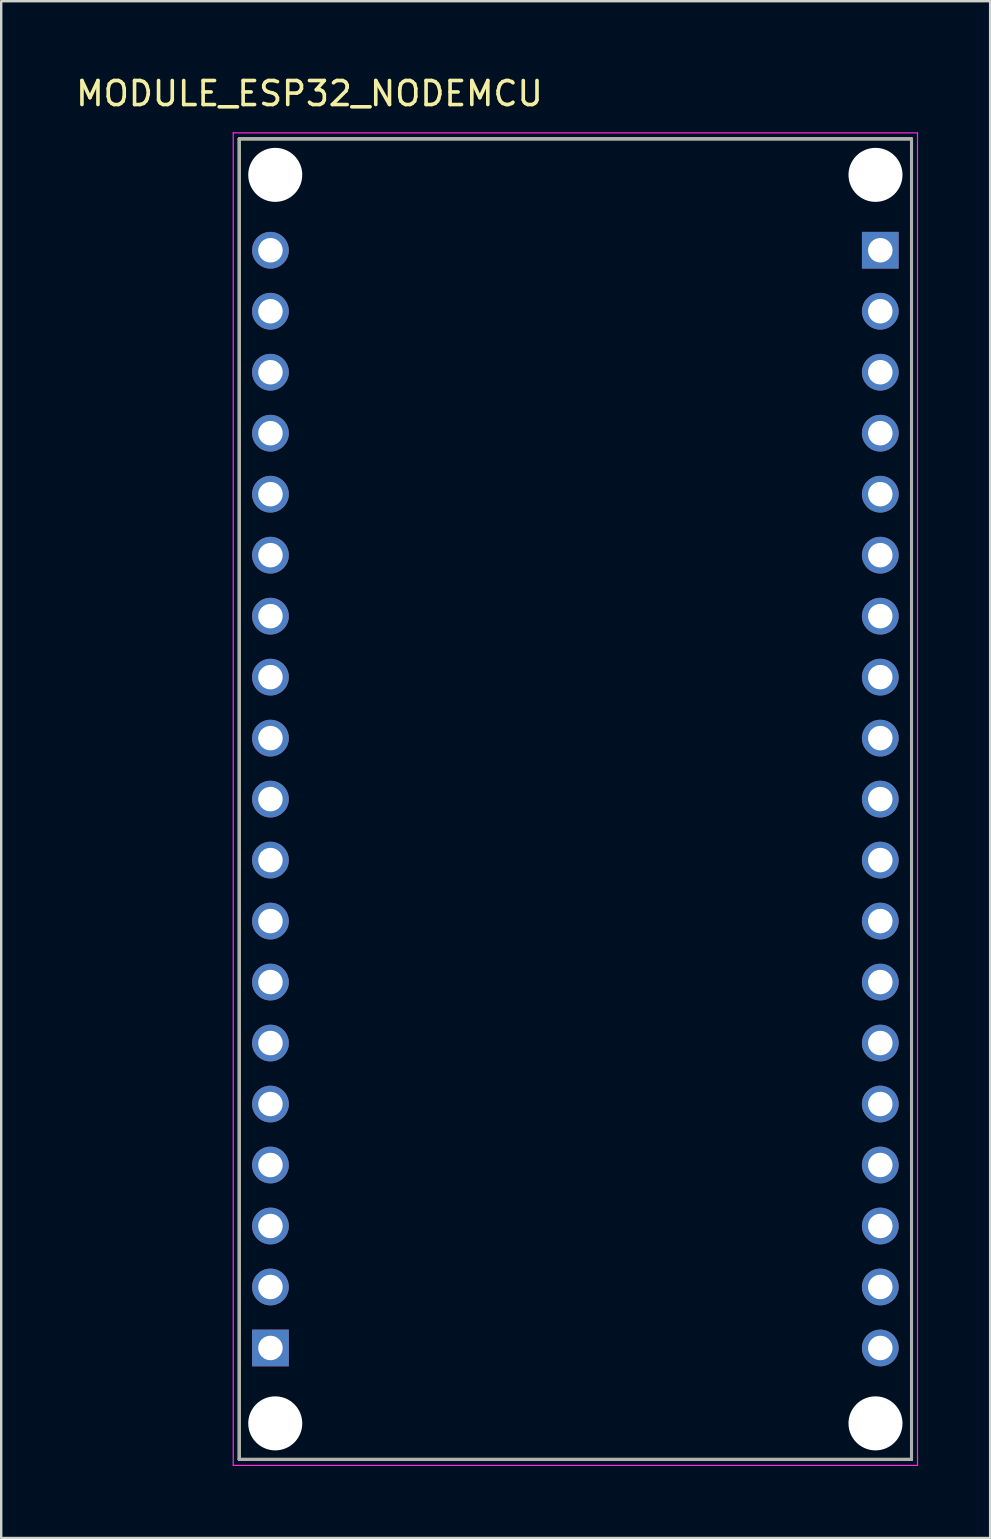
<source format=kicad_pcb>
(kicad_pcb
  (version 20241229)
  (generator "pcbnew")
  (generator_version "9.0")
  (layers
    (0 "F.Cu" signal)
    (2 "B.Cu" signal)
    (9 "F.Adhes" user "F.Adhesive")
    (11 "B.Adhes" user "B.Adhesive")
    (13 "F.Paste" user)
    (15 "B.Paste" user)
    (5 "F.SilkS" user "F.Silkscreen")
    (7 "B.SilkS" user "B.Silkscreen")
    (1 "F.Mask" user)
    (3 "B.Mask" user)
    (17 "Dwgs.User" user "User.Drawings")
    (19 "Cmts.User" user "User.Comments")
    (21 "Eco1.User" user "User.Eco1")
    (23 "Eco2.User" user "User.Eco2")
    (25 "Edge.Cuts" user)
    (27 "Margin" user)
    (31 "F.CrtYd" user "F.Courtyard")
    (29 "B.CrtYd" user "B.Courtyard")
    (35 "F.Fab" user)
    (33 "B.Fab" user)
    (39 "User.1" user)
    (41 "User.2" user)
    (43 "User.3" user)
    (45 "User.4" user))
  (footprint "MODULE_ESP32_NODEMCU"
    (layer "F.Cu")
    (at 20.914 30.233)
    (property "Reference" "MODULE_ESP32_NODEMCU" (at -11.075 -29.385 0) (layer "F.SilkS") (effects (font (size 1 1) (thickness 0.15))))
    (attr through_hole)
    (fp_line (start -14 -27.5) (end -14 27.5) (stroke (width 0.127) (type solid)) (layer "F.SilkS"))
    (fp_line (start -14 -27.5) (end 14 -27.5) (stroke (width 0.127) (type solid)) (layer "F.SilkS"))
    (fp_line (start -14 27.5) (end 14 27.5) (stroke (width 0.127) (type solid)) (layer "F.SilkS"))
    (fp_line (start 14 -27.5) (end 14 27.5) (stroke (width 0.127) (type solid)) (layer "F.SilkS"))
    (fp_line (start -14.25 -27.75) (end -14.25 27.75) (stroke (width 0.05) (type solid)) (layer "F.CrtYd"))
    (fp_line (start -14.25 27.75) (end 14.25 27.75) (stroke (width 0.05) (type solid)) (layer "F.CrtYd"))
    (fp_line (start 14.25 -27.75) (end -14.25 -27.75) (stroke (width 0.05) (type solid)) (layer "F.CrtYd"))
    (fp_line (start 14.25 27.75) (end 14.25 -27.75) (stroke (width 0.05) (type solid)) (layer "F.CrtYd"))
    (fp_line (start -14 -27.5) (end 14 -27.5) (stroke (width 0.127) (type solid)) (layer "F.Fab"))
    (fp_line (start -14 27.5) (end -14 -27.5) (stroke (width 0.127) (type solid)) (layer "F.Fab"))
    (fp_line (start 14 -27.5) (end 14 27.5) (stroke (width 0.127) (type solid)) (layer "F.Fab"))
    (fp_line (start 14 27.5) (end -14 27.5) (stroke (width 0.127) (type solid)) (layer "F.Fab"))
    (pad "" np_thru_hole circle (at -12.5 -26) (size 2.25 2.25) (drill 2.25) (layers "*.Cu" "*.Mask"))
    (pad "" np_thru_hole circle (at -12.5 26) (size 2.25 2.25) (drill 2.25) (layers "*.Cu" "*.Mask"))
    (pad "" np_thru_hole circle (at 12.5 -26) (size 2.25 2.25) (drill 2.25) (layers "*.Cu" "*.Mask"))
    (pad "" np_thru_hole circle (at 12.5 26) (size 2.25 2.25) (drill 2.25) (layers "*.Cu" "*.Mask"))
    (pad "J4_1" thru_hole rect (at 12.7 -22.86) (size 1.53 1.53) (drill 1.02) (layers "*.Cu" "*.Mask"))
    (pad "J4_2" thru_hole circle (at 12.7 -20.32) (size 1.53 1.53) (drill 1.02) (layers "*.Cu" "*.Mask"))
    (pad "J4_3" thru_hole circle (at 12.7 -17.78) (size 1.53 1.53) (drill 1.02) (layers "*.Cu" "*.Mask"))
    (pad "J4_4" thru_hole circle (at 12.7 -15.24) (size 1.53 1.53) (drill 1.02) (layers "*.Cu" "*.Mask"))
    (pad "J4_5" thru_hole circle (at 12.7 -12.7) (size 1.53 1.53) (drill 1.02) (layers "*.Cu" "*.Mask"))
    (pad "J4_6" thru_hole circle (at 12.7 -10.16) (size 1.53 1.53) (drill 1.02) (layers "*.Cu" "*.Mask"))
    (pad "J4_7" thru_hole circle (at 12.7 -7.62) (size 1.53 1.53) (drill 1.02) (layers "*.Cu" "*.Mask"))
    (pad "J4_8" thru_hole circle (at 12.7 -5.08) (size 1.53 1.53) (drill 1.02) (layers "*.Cu" "*.Mask"))
    (pad "J4_9" thru_hole circle (at 12.7 -2.54) (size 1.53 1.53) (drill 1.02) (layers "*.Cu" "*.Mask"))
    (pad "J4_10" thru_hole circle (at 12.7 0) (size 1.53 1.53) (drill 1.02) (layers "*.Cu" "*.Mask"))
    (pad "J4_11" thru_hole circle (at 12.7 2.54) (size 1.53 1.53) (drill 1.02) (layers "*.Cu" "*.Mask"))
    (pad "J4_12" thru_hole circle (at 12.7 5.08) (size 1.53 1.53) (drill 1.02) (layers "*.Cu" "*.Mask"))
    (pad "J4_13" thru_hole circle (at 12.7 7.62) (size 1.53 1.53) (drill 1.02) (layers "*.Cu" "*.Mask"))
    (pad "J4_14" thru_hole circle (at 12.7 10.16) (size 1.53 1.53) (drill 1.02) (layers "*.Cu" "*.Mask"))
    (pad "J4_15" thru_hole circle (at 12.7 12.7) (size 1.53 1.53) (drill 1.02) (layers "*.Cu" "*.Mask"))
    (pad "J4_16" thru_hole circle (at 12.7 15.24) (size 1.53 1.53) (drill 1.02) (layers "*.Cu" "*.Mask"))
    (pad "J4_17" thru_hole circle (at 12.7 17.78) (size 1.53 1.53) (drill 1.02) (layers "*.Cu" "*.Mask"))
    (pad "J4_18" thru_hole circle (at 12.7 20.32) (size 1.53 1.53) (drill 1.02) (layers "*.Cu" "*.Mask"))
    (pad "J4_19" thru_hole circle (at 12.7 22.86) (size 1.53 1.53) (drill 1.02) (layers "*.Cu" "*.Mask"))
    (pad "J5_1" thru_hole rect (at -12.7 22.86) (size 1.53 1.53) (drill 1.02) (layers "*.Cu" "*.Mask"))
    (pad "J5_2" thru_hole circle (at -12.7 20.32) (size 1.53 1.53) (drill 1.02) (layers "*.Cu" "*.Mask"))
    (pad "J5_3" thru_hole circle (at -12.7 17.78) (size 1.53 1.53) (drill 1.02) (layers "*.Cu" "*.Mask"))
    (pad "J5_4" thru_hole circle (at -12.7 15.24) (size 1.53 1.53) (drill 1.02) (layers "*.Cu" "*.Mask"))
    (pad "J5_5" thru_hole circle (at -12.7 12.7) (size 1.53 1.53) (drill 1.02) (layers "*.Cu" "*.Mask"))
    (pad "J5_6" thru_hole circle (at -12.7 10.16) (size 1.53 1.53) (drill 1.02) (layers "*.Cu" "*.Mask"))
    (pad "J5_7" thru_hole circle (at -12.7 7.62) (size 1.53 1.53) (drill 1.02) (layers "*.Cu" "*.Mask"))
    (pad "J5_8" thru_hole circle (at -12.7 5.08) (size 1.53 1.53) (drill 1.02) (layers "*.Cu" "*.Mask"))
    (pad "J5_9" thru_hole circle (at -12.7 2.54) (size 1.53 1.53) (drill 1.02) (layers "*.Cu" "*.Mask"))
    (pad "J5_10" thru_hole circle (at -12.7 0) (size 1.53 1.53) (drill 1.02) (layers "*.Cu" "*.Mask"))
    (pad "J5_11" thru_hole circle (at -12.7 -2.54) (size 1.53 1.53) (drill 1.02) (layers "*.Cu" "*.Mask"))
    (pad "J5_12" thru_hole circle (at -12.7 -5.08) (size 1.53 1.53) (drill 1.02) (layers "*.Cu" "*.Mask"))
    (pad "J5_13" thru_hole circle (at -12.7 -7.62) (size 1.53 1.53) (drill 1.02) (layers "*.Cu" "*.Mask"))
    (pad "J5_14" thru_hole circle (at -12.7 -10.16) (size 1.53 1.53) (drill 1.02) (layers "*.Cu" "*.Mask"))
    (pad "J5_15" thru_hole circle (at -12.7 -12.7) (size 1.53 1.53) (drill 1.02) (layers "*.Cu" "*.Mask"))
    (pad "J5_16" thru_hole circle (at -12.7 -15.24) (size 1.53 1.53) (drill 1.02) (layers "*.Cu" "*.Mask"))
    (pad "J5_17" thru_hole circle (at -12.7 -17.78) (size 1.53 1.53) (drill 1.02) (layers "*.Cu" "*.Mask"))
    (pad "J5_18" thru_hole circle (at -12.7 -20.32) (size 1.53 1.53) (drill 1.02) (layers "*.Cu" "*.Mask"))
    (pad "J5_19" thru_hole circle (at -12.7 -22.86) (size 1.53 1.53) (drill 1.02) (layers "*.Cu" "*.Mask")))
  (gr_rect
    (start -3 -3)
    (end 38.189 61.008)
    (stroke (width 0.1) (type default))
    (fill no)
    (layer "Edge.Cuts")))
</source>
